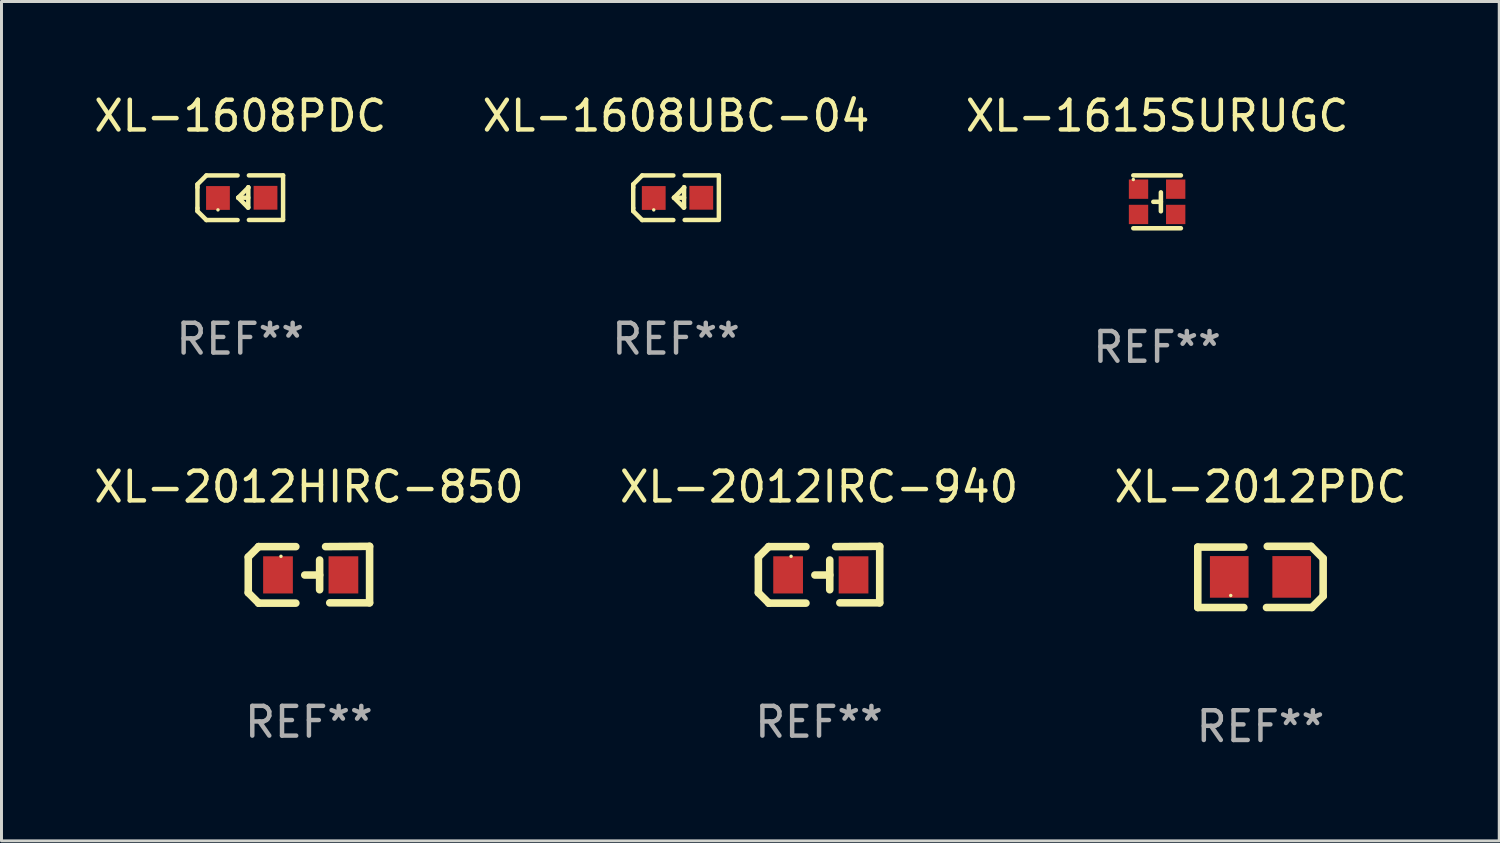
<source format=kicad_pcb>
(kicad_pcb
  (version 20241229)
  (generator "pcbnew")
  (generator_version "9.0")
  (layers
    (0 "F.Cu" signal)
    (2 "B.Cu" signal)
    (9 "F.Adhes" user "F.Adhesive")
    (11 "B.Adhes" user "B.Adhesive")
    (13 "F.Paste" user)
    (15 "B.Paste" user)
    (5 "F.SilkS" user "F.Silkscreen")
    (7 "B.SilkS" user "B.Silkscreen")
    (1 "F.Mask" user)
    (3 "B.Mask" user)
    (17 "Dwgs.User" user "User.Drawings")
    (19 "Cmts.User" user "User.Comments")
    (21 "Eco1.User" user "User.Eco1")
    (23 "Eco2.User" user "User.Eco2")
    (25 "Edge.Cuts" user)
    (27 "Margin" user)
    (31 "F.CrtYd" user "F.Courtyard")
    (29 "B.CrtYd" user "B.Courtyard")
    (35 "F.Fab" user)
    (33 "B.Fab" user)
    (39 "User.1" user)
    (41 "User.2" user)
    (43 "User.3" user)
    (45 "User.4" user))
  (footprint "XL-2012HIRC-850"
    (layer "F.Cu")
    (at 7.339 16.278)
    (property "Reference" "XL-2012HIRC-850" (at 0 -2.955 0) (layer "F.SilkS") (effects (font (size 1 1) (thickness 0.15))))
    (attr through_hole)
    (fp_line (start -2.04 -0.595) (end -2.04 0.605) (stroke (width 0.254) (type solid)) (layer "F.SilkS"))
    (fp_line (start -1.69 -0.945) (end -1.69 -0.945) (stroke (width 0.254) (type solid)) (layer "F.SilkS"))
    (fp_line (start -1.69 -0.945) (end -2.04 -0.595) (stroke (width 0.254) (type solid)) (layer "F.SilkS"))
    (fp_line (start -1.69 0.955) (end -2.04 0.605) (stroke (width 0.254) (type solid)) (layer "F.SilkS"))
    (fp_line (start -1.69 0.955) (end -1.69 0.955) (stroke (width 0.254) (type solid)) (layer "F.SilkS"))
    (fp_line (start -0.44 -0.945) (end -1.69 -0.945) (stroke (width 0.254) (type solid)) (layer "F.SilkS"))
    (fp_line (start -0.44 0.955) (end -1.69 0.955) (stroke (width 0.254) (type solid)) (layer "F.SilkS"))
    (fp_line (start 0.36 -0.495) (end 0.36 0.505) (stroke (width 0.254) (type solid)) (layer "F.SilkS"))
    (fp_line (start 0.36 0.01) (end -0.14 0.01) (stroke (width 0.254) (type solid)) (layer "F.SilkS"))
    (fp_line (start 0.56 -0.945) (end 2.04 -0.955) (stroke (width 0.254) (type solid)) (layer "F.SilkS"))
    (fp_line (start 0.7 0.945) (end 2.04 0.945) (stroke (width 0.254) (type solid)) (layer "F.SilkS"))
    (fp_line (start 2.04 -0.955) (end 2.04 0.945) (stroke (width 0.254) (type solid)) (layer "F.SilkS"))
    (fp_circle (center -0.94 -0.62) (end -0.91 -0.62) (stroke (width 0.06) (type solid)) (fill no) (layer "F.SilkS"))
    (fp_text user "REF**" (at 0 4.955 0) (layer "F.Fab") (effects (font (size 1 1) (thickness 0.15))))
    (pad "1" smd rect (at -1.04 0.005 180) (size 1 1.25) (layers "F.Cu" "F.Mask" "F.Paste"))
    (pad "2" smd rect (at 1.16 0.005 180) (size 1 1.25) (layers "F.Cu" "F.Mask" "F.Paste")))
  (footprint "XL-2012PDC"
    (layer "F.Cu")
    (at 39.339 16.351)
    (property "Reference" "XL-2012PDC" (at 0 -3.029 0) (layer "F.SilkS") (effects (font (size 1 1) (thickness 0.15))))
    (attr through_hole)
    (fp_line (start -2.108 -1.003) (end -2.108 1.029) (stroke (width 0.254) (type solid)) (layer "F.SilkS"))
    (fp_line (start -2.108 1.029) (end -0.559 1.029) (stroke (width 0.254) (type solid)) (layer "F.SilkS"))
    (fp_line (start -0.559 -1.003) (end -2.108 -1.003) (stroke (width 0.254) (type solid)) (layer "F.SilkS"))
    (fp_line (start 0.229 -1.029) (end 1.702 -1.029) (stroke (width 0.254) (type solid)) (layer "F.SilkS"))
    (fp_line (start 1.702 -1.029) (end 2.108 -0.622) (stroke (width 0.254) (type solid)) (layer "F.SilkS"))
    (fp_line (start 1.727 1.029) (end 0.203 1.029) (stroke (width 0.254) (type solid)) (layer "F.SilkS"))
    (fp_line (start 2.108 -0.622) (end 2.108 0.648) (stroke (width 0.254) (type solid)) (layer "F.SilkS"))
    (fp_line (start 2.108 0.648) (end 1.727 1.029) (stroke (width 0.254) (type solid)) (layer "F.SilkS"))
    (fp_circle (center -1 0.625) (end -0.97 0.625) (stroke (width 0.06) (type solid)) (fill no) (layer "F.SilkS"))
    (fp_text user "REF**" (at 0 5.029 0) (layer "F.Fab") (effects (font (size 1 1) (thickness 0.15))))
    (pad "1" smd rect (at -1.05 0 180) (size 1.3 1.4) (layers "F.Cu" "F.Mask" "F.Paste"))
    (pad "2" smd rect (at 1.05 0 180) (size 1.3 1.4) (layers "F.Cu" "F.Mask" "F.Paste")))
  (footprint "XL-2012IRC-940"
    (layer "F.Cu")
    (at 24.494 16.278)
    (property "Reference" "XL-2012IRC-940" (at 0 -2.955 0) (layer "F.SilkS") (effects (font (size 1 1) (thickness 0.15))))
    (attr through_hole)
    (fp_line (start -2.04 -0.595) (end -2.04 0.605) (stroke (width 0.254) (type solid)) (layer "F.SilkS"))
    (fp_line (start -1.69 -0.945) (end -1.69 -0.945) (stroke (width 0.254) (type solid)) (layer "F.SilkS"))
    (fp_line (start -1.69 -0.945) (end -2.04 -0.595) (stroke (width 0.254) (type solid)) (layer "F.SilkS"))
    (fp_line (start -1.69 0.955) (end -2.04 0.605) (stroke (width 0.254) (type solid)) (layer "F.SilkS"))
    (fp_line (start -1.69 0.955) (end -1.69 0.955) (stroke (width 0.254) (type solid)) (layer "F.SilkS"))
    (fp_line (start -0.44 -0.945) (end -1.69 -0.945) (stroke (width 0.254) (type solid)) (layer "F.SilkS"))
    (fp_line (start -0.44 0.955) (end -1.69 0.955) (stroke (width 0.254) (type solid)) (layer "F.SilkS"))
    (fp_line (start 0.36 -0.495) (end 0.36 0.505) (stroke (width 0.254) (type solid)) (layer "F.SilkS"))
    (fp_line (start 0.36 0.01) (end -0.14 0.01) (stroke (width 0.254) (type solid)) (layer "F.SilkS"))
    (fp_line (start 0.56 -0.945) (end 2.04 -0.955) (stroke (width 0.254) (type solid)) (layer "F.SilkS"))
    (fp_line (start 0.7 0.945) (end 2.04 0.945) (stroke (width 0.254) (type solid)) (layer "F.SilkS"))
    (fp_line (start 2.04 -0.955) (end 2.04 0.945) (stroke (width 0.254) (type solid)) (layer "F.SilkS"))
    (fp_circle (center -0.94 -0.62) (end -0.91 -0.62) (stroke (width 0.06) (type solid)) (fill no) (layer "F.SilkS"))
    (fp_text user "REF**" (at 0 4.955 0) (layer "F.Fab") (effects (font (size 1 1) (thickness 0.15))))
    (pad "1" smd rect (at -1.04 0.005 180) (size 1 1.25) (layers "F.Cu" "F.Mask" "F.Paste"))
    (pad "2" smd rect (at 1.16 0.005 180) (size 1 1.25) (layers "F.Cu" "F.Mask" "F.Paste")))
  (footprint "XL-1608UBC-04"
    (layer "F.Cu")
    (at 19.685 3.599)
    (property "Reference" "XL-1608UBC-04" (at 0 -2.751 0) (layer "F.SilkS") (effects (font (size 1 1) (thickness 0.15))))
    (attr through_hole)
    (fp_line (start -1.44 -0.449) (end -1.14 -0.749) (stroke (width 0.15) (type solid)) (layer "F.SilkS"))
    (fp_line (start -1.44 -0.349) (end -1.44 -0.449) (stroke (width 0.15) (type solid)) (layer "F.SilkS"))
    (fp_line (start -1.44 -0.349) (end -1.44 0.351) (stroke (width 0.15) (type solid)) (layer "F.SilkS"))
    (fp_line (start -1.44 0.351) (end -1.44 0.451) (stroke (width 0.15) (type solid)) (layer "F.SilkS"))
    (fp_line (start -1.44 0.451) (end -1.14 0.751) (stroke (width 0.15) (type solid)) (layer "F.SilkS"))
    (fp_line (start -0.09 -0.749) (end -1.14 -0.749) (stroke (width 0.15) (type solid)) (layer "F.SilkS"))
    (fp_line (start -0.09 0.751) (end -1.14 0.751) (stroke (width 0.15) (type solid)) (layer "F.SilkS"))
    (fp_line (start 0.26 0.329) (end -0.07 -0.001) (stroke (width 0.15) (type solid)) (layer "F.SilkS"))
    (fp_line (start 0.27 -0.351) (end 0.27 -0.341) (stroke (width 0.15) (type solid)) (layer "F.SilkS"))
    (fp_line (start 0.27 -0.351) (end 0.27 0.329) (stroke (width 0.15) (type solid)) (layer "F.SilkS"))
    (fp_line (start 0.27 -0.341) (end -0.07 -0.001) (stroke (width 0.15) (type solid)) (layer "F.SilkS"))
    (fp_line (start 0.27 -0.001) (end -0.07 -0.001) (stroke (width 0.15) (type solid)) (layer "F.SilkS"))
    (fp_line (start 0.27 0.329) (end 0.26 0.329) (stroke (width 0.15) (type solid)) (layer "F.SilkS"))
    (fp_line (start 0.29 -0.751) (end 1.44 -0.751) (stroke (width 0.15) (type solid)) (layer "F.SilkS"))
    (fp_line (start 0.29 0.749) (end 1.44 0.749) (stroke (width 0.15) (type solid)) (layer "F.SilkS"))
    (fp_line (start 1.44 -0.751) (end 1.44 0.729) (stroke (width 0.15) (type solid)) (layer "F.SilkS"))
    (fp_circle (center -0.75 0.409) (end -0.72 0.409) (stroke (width 0.06) (type solid)) (fill no) (layer "F.SilkS"))
    (fp_text user "REF**" (at 0 4.751 0) (layer "F.Fab") (effects (font (size 1 1) (thickness 0.15))))
    (pad "1" smd rect (at -0.75 0.009 90) (size 0.8 0.8) (layers "F.Cu" "F.Mask" "F.Paste"))
    (pad "2" smd rect (at 0.849 0.002 90) (size 0.8 0.8) (layers "F.Cu" "F.Mask" "F.Paste")))
  (footprint "XL-1608PDC"
    (layer "F.Cu")
    (at 5.03 3.599)
    (property "Reference" "XL-1608PDC" (at 0 -2.751 0) (layer "F.SilkS") (effects (font (size 1 1) (thickness 0.15))))
    (attr through_hole)
    (fp_line (start -1.44 -0.449) (end -1.14 -0.749) (stroke (width 0.15) (type solid)) (layer "F.SilkS"))
    (fp_line (start -1.44 -0.349) (end -1.44 -0.449) (stroke (width 0.15) (type solid)) (layer "F.SilkS"))
    (fp_line (start -1.44 -0.349) (end -1.44 0.351) (stroke (width 0.15) (type solid)) (layer "F.SilkS"))
    (fp_line (start -1.44 0.351) (end -1.44 0.451) (stroke (width 0.15) (type solid)) (layer "F.SilkS"))
    (fp_line (start -1.44 0.451) (end -1.14 0.751) (stroke (width 0.15) (type solid)) (layer "F.SilkS"))
    (fp_line (start -0.09 -0.749) (end -1.14 -0.749) (stroke (width 0.15) (type solid)) (layer "F.SilkS"))
    (fp_line (start -0.09 0.751) (end -1.14 0.751) (stroke (width 0.15) (type solid)) (layer "F.SilkS"))
    (fp_line (start 0.26 0.329) (end -0.07 -0.001) (stroke (width 0.15) (type solid)) (layer "F.SilkS"))
    (fp_line (start 0.27 -0.351) (end 0.27 -0.341) (stroke (width 0.15) (type solid)) (layer "F.SilkS"))
    (fp_line (start 0.27 -0.351) (end 0.27 0.329) (stroke (width 0.15) (type solid)) (layer "F.SilkS"))
    (fp_line (start 0.27 -0.341) (end -0.07 -0.001) (stroke (width 0.15) (type solid)) (layer "F.SilkS"))
    (fp_line (start 0.27 -0.001) (end -0.07 -0.001) (stroke (width 0.15) (type solid)) (layer "F.SilkS"))
    (fp_line (start 0.27 0.329) (end 0.26 0.329) (stroke (width 0.15) (type solid)) (layer "F.SilkS"))
    (fp_line (start 0.29 -0.751) (end 1.44 -0.751) (stroke (width 0.15) (type solid)) (layer "F.SilkS"))
    (fp_line (start 0.29 0.749) (end 1.44 0.749) (stroke (width 0.15) (type solid)) (layer "F.SilkS"))
    (fp_line (start 1.44 -0.751) (end 1.44 0.729) (stroke (width 0.15) (type solid)) (layer "F.SilkS"))
    (fp_circle (center -0.75 0.409) (end -0.72 0.409) (stroke (width 0.06) (type solid)) (fill no) (layer "F.SilkS"))
    (fp_text user "REF**" (at 0 4.751 0) (layer "F.Fab") (effects (font (size 1 1) (thickness 0.15))))
    (pad "1" smd rect (at -0.75 0.009 90) (size 0.8 0.8) (layers "F.Cu" "F.Mask" "F.Paste"))
    (pad "2" smd rect (at 0.849 0.002 90) (size 0.8 0.8) (layers "F.Cu" "F.Mask" "F.Paste")))
  (footprint "XL-1615SURUGC"
    (layer "F.Cu")
    (at 35.863 3.737)
    (property "Reference" "XL-1615SURUGC" (at 0 -2.889 0) (layer "F.SilkS") (effects (font (size 1 1) (thickness 0.15))))
    (attr through_hole)
    (fp_line (start -0.8 -0.889) (end 0.8 -0.889) (stroke (width 0.152) (type solid)) (layer "F.SilkS"))
    (fp_line (start -0.127 0) (end 0.127 0) (stroke (width 0.152) (type solid)) (layer "F.SilkS"))
    (fp_line (start 0.127 0.318) (end 0.127 -0.318) (stroke (width 0.152) (type solid)) (layer "F.SilkS"))
    (fp_line (start 0.8 0.889) (end -0.8 0.889) (stroke (width 0.152) (type solid)) (layer "F.SilkS"))
    (fp_circle (center -0.8 -0.75) (end -0.77 -0.75) (stroke (width 0.06) (type solid)) (fill no) (layer "F.SilkS"))
    (fp_text user "REF**" (at 0 4.889 0) (layer "F.Fab") (effects (font (size 1 1) (thickness 0.15))))
    (pad "1" smd rect (at -0.625 -0.425 180) (size 0.65 0.65) (layers "F.Cu" "F.Mask" "F.Paste"))
    (pad "2" smd rect (at 0.625 -0.425 180) (size 0.65 0.65) (layers "F.Cu" "F.Mask" "F.Paste"))
    (pad "3" smd rect (at -0.625 0.425 180) (size 0.65 0.65) (layers "F.Cu" "F.Mask" "F.Paste"))
    (pad "4" smd rect (at 0.625 0.425 180) (size 0.65 0.65) (layers "F.Cu" "F.Mask" "F.Paste")))
  (gr_rect
    (start -3 -3)
    (end 47.369 25.228)
    (stroke (width 0.1) (type default))
    (fill no)
    (layer "Edge.Cuts")))
</source>
